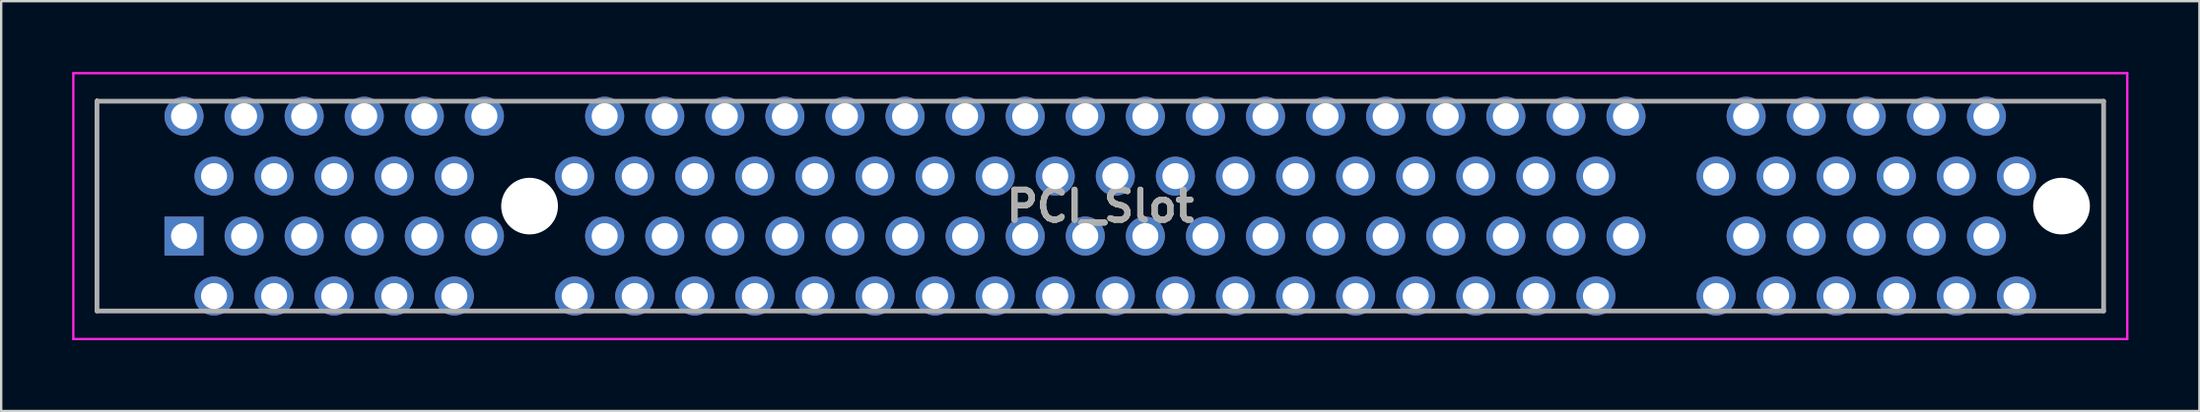
<source format=kicad_pcb>
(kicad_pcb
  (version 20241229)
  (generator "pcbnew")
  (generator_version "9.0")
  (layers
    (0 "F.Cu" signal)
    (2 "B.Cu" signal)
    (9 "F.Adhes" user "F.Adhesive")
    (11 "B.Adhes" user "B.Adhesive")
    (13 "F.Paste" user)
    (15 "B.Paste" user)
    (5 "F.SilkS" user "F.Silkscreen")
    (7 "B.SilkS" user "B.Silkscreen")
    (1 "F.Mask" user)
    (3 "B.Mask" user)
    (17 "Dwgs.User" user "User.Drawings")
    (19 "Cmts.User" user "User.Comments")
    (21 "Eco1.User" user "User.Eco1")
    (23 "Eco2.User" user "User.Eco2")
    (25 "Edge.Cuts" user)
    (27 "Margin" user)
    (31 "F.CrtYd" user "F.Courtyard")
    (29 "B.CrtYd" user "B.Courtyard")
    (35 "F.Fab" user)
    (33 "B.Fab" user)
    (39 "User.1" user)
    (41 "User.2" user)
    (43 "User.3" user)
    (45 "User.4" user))
  (footprint "PCI_Slot"
    (layer "F.Cu")
    (at 4.73 6.955)
    (property "Reference" "PCI_Slot" (at 38.74 -1.27 0) (layer "F.SilkS") (effects (font (size 1.27 1.27) (thickness 0.254))))
    (attr through_hole)
    (fp_line (start -3.68 -5.77) (end -3.68 -5.77) (stroke (width 0.1) (type solid)) (layer "F.SilkS"))
    (fp_line (start -3.68 -5.77) (end -3.68 3.175) (stroke (width 0.1) (type solid)) (layer "F.SilkS"))
    (fp_line (start -3.68 -5.715) (end -3.68 -5.715) (stroke (width 0.1) (type solid)) (layer "F.SilkS"))
    (fp_line (start -3.68 -5.715) (end -1.485 -5.715) (stroke (width 0.1) (type solid)) (layer "F.SilkS"))
    (fp_line (start -3.68 3.175) (end -3.68 -5.77) (stroke (width 0.1) (type solid)) (layer "F.SilkS"))
    (fp_line (start -3.68 3.175) (end -3.68 3.175) (stroke (width 0.1) (type solid)) (layer "F.SilkS"))
    (fp_line (start -3.68 3.175) (end -3.68 3.175) (stroke (width 0.1) (type solid)) (layer "F.SilkS"))
    (fp_line (start -3.68 3.175) (end -0.235 3.175) (stroke (width 0.1) (type solid)) (layer "F.SilkS"))
    (fp_line (start -1.485 -5.715) (end -3.68 -5.715) (stroke (width 0.1) (type solid)) (layer "F.SilkS"))
    (fp_line (start -1.485 -5.715) (end -1.485 -5.715) (stroke (width 0.1) (type solid)) (layer "F.SilkS"))
    (fp_line (start -0.235 3.175) (end -3.68 3.175) (stroke (width 0.1) (type solid)) (layer "F.SilkS"))
    (fp_line (start -0.235 3.175) (end -0.235 3.175) (stroke (width 0.1) (type solid)) (layer "F.SilkS"))
    (fp_line (start 13.015 3.175) (end 13.015 3.175) (stroke (width 0.1) (type solid)) (layer "F.SilkS"))
    (fp_line (start 13.015 3.175) (end 15.015 3.175) (stroke (width 0.1) (type solid)) (layer "F.SilkS"))
    (fp_line (start 14.265 -5.715) (end 16.265 -5.715) (stroke (width 0.1) (type solid)) (layer "F.SilkS"))
    (fp_line (start 15.015 3.175) (end 13.015 3.175) (stroke (width 0.1) (type solid)) (layer "F.SilkS"))
    (fp_line (start 15.015 3.175) (end 15.015 3.175) (stroke (width 0.1) (type solid)) (layer "F.SilkS"))
    (fp_line (start 77.515 -5.715) (end 77.515 -5.715) (stroke (width 0.1) (type solid)) (layer "F.SilkS"))
    (fp_line (start 77.515 -5.715) (end 81.16 -5.715) (stroke (width 0.1) (type solid)) (layer "F.SilkS"))
    (fp_line (start 78.765 3.175) (end 78.765 3.175) (stroke (width 0.1) (type solid)) (layer "F.SilkS"))
    (fp_line (start 78.765 3.175) (end 81.16 3.175) (stroke (width 0.1) (type solid)) (layer "F.SilkS"))
    (fp_line (start 81.16 -5.715) (end 77.515 -5.715) (stroke (width 0.1) (type solid)) (layer "F.SilkS"))
    (fp_line (start 81.16 -5.715) (end 81.16 -5.715) (stroke (width 0.1) (type solid)) (layer "F.SilkS"))
    (fp_line (start 81.16 -5.715) (end 81.16 -5.715) (stroke (width 0.1) (type solid)) (layer "F.SilkS"))
    (fp_line (start 81.16 -5.715) (end 81.16 3.175) (stroke (width 0.1) (type solid)) (layer "F.SilkS"))
    (fp_line (start 81.16 3.175) (end 78.765 3.175) (stroke (width 0.1) (type solid)) (layer "F.SilkS"))
    (fp_line (start 81.16 3.175) (end 81.16 -5.715) (stroke (width 0.1) (type solid)) (layer "F.SilkS"))
    (fp_line (start 81.16 3.175) (end 81.16 3.175) (stroke (width 0.1) (type solid)) (layer "F.SilkS"))
    (fp_line (start 81.16 3.175) (end 81.16 3.175) (stroke (width 0.1) (type solid)) (layer "F.SilkS"))
    (fp_line (start -4.68 -6.905) (end 82.16 -6.905) (stroke (width 0.1) (type solid)) (layer "F.CrtYd"))
    (fp_line (start -4.68 4.365) (end -4.68 -6.905) (stroke (width 0.1) (type solid)) (layer "F.CrtYd"))
    (fp_line (start 82.16 -6.905) (end 82.16 4.365) (stroke (width 0.1) (type solid)) (layer "F.CrtYd"))
    (fp_line (start 82.16 4.365) (end -4.68 4.365) (stroke (width 0.1) (type solid)) (layer "F.CrtYd"))
    (fp_line (start -3.68 -5.715) (end -3.68 3.175) (stroke (width 0.2) (type solid)) (layer "F.Fab"))
    (fp_line (start -3.68 3.175) (end 81.16 3.175) (stroke (width 0.2) (type solid)) (layer "F.Fab"))
    (fp_line (start 81.16 -5.715) (end -3.68 -5.715) (stroke (width 0.2) (type solid)) (layer "F.Fab"))
    (fp_line (start 81.16 3.175) (end 81.16 -5.715) (stroke (width 0.2) (type solid)) (layer "F.Fab"))
    (fp_text user "${REFERENCE}" (at 38.74 -1.27 0) (layer "F.Fab") (effects (font (size 1.27 1.27) (thickness 0.254))))
    (pad "" np_thru_hole circle (at 14.61 -1.27) (size 2.4 2.4) (drill 2.4) (layers "*.Cu" "*.Mask"))
    (pad "" np_thru_hole circle (at 79.38 -1.27) (size 2.4 2.4) (drill 2.4) (layers "*.Cu" "*.Mask"))
    (pad "A1" thru_hole rect (at 0 0) (size 1.65 1.65) (drill 1.1) (layers "*.Cu" "*.Mask"))
    (pad "A2" thru_hole circle (at 1.27 2.54) (size 1.65 1.65) (drill 1.1) (layers "*.Cu" "*.Mask"))
    (pad "A3" thru_hole circle (at 2.54 0) (size 1.65 1.65) (drill 1.1) (layers "*.Cu" "*.Mask"))
    (pad "A4" thru_hole circle (at 3.81 2.54) (size 1.65 1.65) (drill 1.1) (layers "*.Cu" "*.Mask"))
    (pad "A5" thru_hole circle (at 5.08 0) (size 1.65 1.65) (drill 1.1) (layers "*.Cu" "*.Mask"))
    (pad "A6" thru_hole circle (at 6.35 2.54) (size 1.65 1.65) (drill 1.1) (layers "*.Cu" "*.Mask"))
    (pad "A7" thru_hole circle (at 7.62 0) (size 1.65 1.65) (drill 1.1) (layers "*.Cu" "*.Mask"))
    (pad "A8" thru_hole circle (at 8.89 2.54) (size 1.65 1.65) (drill 1.1) (layers "*.Cu" "*.Mask"))
    (pad "A9" thru_hole circle (at 10.16 0) (size 1.65 1.65) (drill 1.1) (layers "*.Cu" "*.Mask"))
    (pad "A10" thru_hole circle (at 11.43 2.54) (size 1.65 1.65) (drill 1.1) (layers "*.Cu" "*.Mask"))
    (pad "A11" thru_hole circle (at 12.7 0) (size 1.65 1.65) (drill 1.1) (layers "*.Cu" "*.Mask"))
    (pad "A14" thru_hole circle (at 16.515 2.54) (size 1.65 1.65) (drill 1.1) (layers "*.Cu" "*.Mask"))
    (pad "A15" thru_hole circle (at 17.785 0) (size 1.65 1.65) (drill 1.1) (layers "*.Cu" "*.Mask"))
    (pad "A16" thru_hole circle (at 19.055 2.54) (size 1.65 1.65) (drill 1.1) (layers "*.Cu" "*.Mask"))
    (pad "A17" thru_hole circle (at 20.325 0) (size 1.65 1.65) (drill 1.1) (layers "*.Cu" "*.Mask"))
    (pad "A18" thru_hole circle (at 21.595 2.54) (size 1.65 1.65) (drill 1.1) (layers "*.Cu" "*.Mask"))
    (pad "A19" thru_hole circle (at 22.865 0) (size 1.65 1.65) (drill 1.1) (layers "*.Cu" "*.Mask"))
    (pad "A20" thru_hole circle (at 24.135 2.54) (size 1.65 1.65) (drill 1.1) (layers "*.Cu" "*.Mask"))
    (pad "A21" thru_hole circle (at 25.405 0) (size 1.65 1.65) (drill 1.1) (layers "*.Cu" "*.Mask"))
    (pad "A22" thru_hole circle (at 26.675 2.54) (size 1.65 1.65) (drill 1.1) (layers "*.Cu" "*.Mask"))
    (pad "A23" thru_hole circle (at 27.945 0) (size 1.65 1.65) (drill 1.1) (layers "*.Cu" "*.Mask"))
    (pad "A24" thru_hole circle (at 29.215 2.54) (size 1.65 1.65) (drill 1.1) (layers "*.Cu" "*.Mask"))
    (pad "A25" thru_hole circle (at 30.485 0) (size 1.65 1.65) (drill 1.1) (layers "*.Cu" "*.Mask"))
    (pad "A26" thru_hole circle (at 31.755 2.54) (size 1.65 1.65) (drill 1.1) (layers "*.Cu" "*.Mask"))
    (pad "A27" thru_hole circle (at 33.025 0) (size 1.65 1.65) (drill 1.1) (layers "*.Cu" "*.Mask"))
    (pad "A28" thru_hole circle (at 34.295 2.54) (size 1.65 1.65) (drill 1.1) (layers "*.Cu" "*.Mask"))
    (pad "A29" thru_hole circle (at 35.565 0) (size 1.65 1.65) (drill 1.1) (layers "*.Cu" "*.Mask"))
    (pad "A30" thru_hole circle (at 36.835 2.54) (size 1.65 1.65) (drill 1.1) (layers "*.Cu" "*.Mask"))
    (pad "A31" thru_hole circle (at 38.105 0) (size 1.65 1.65) (drill 1.1) (layers "*.Cu" "*.Mask"))
    (pad "A32" thru_hole circle (at 39.375 2.54) (size 1.65 1.65) (drill 1.1) (layers "*.Cu" "*.Mask"))
    (pad "A33" thru_hole circle (at 40.645 0) (size 1.65 1.65) (drill 1.1) (layers "*.Cu" "*.Mask"))
    (pad "A34" thru_hole circle (at 41.915 2.54) (size 1.65 1.65) (drill 1.1) (layers "*.Cu" "*.Mask"))
    (pad "A35" thru_hole circle (at 43.185 0) (size 1.65 1.65) (drill 1.1) (layers "*.Cu" "*.Mask"))
    (pad "A36" thru_hole circle (at 44.455 2.54) (size 1.65 1.65) (drill 1.1) (layers "*.Cu" "*.Mask"))
    (pad "A37" thru_hole circle (at 45.725 0) (size 1.65 1.65) (drill 1.1) (layers "*.Cu" "*.Mask"))
    (pad "A38" thru_hole circle (at 46.995 2.54) (size 1.65 1.65) (drill 1.1) (layers "*.Cu" "*.Mask"))
    (pad "A39" thru_hole circle (at 48.265 0) (size 1.65 1.65) (drill 1.1) (layers "*.Cu" "*.Mask"))
    (pad "A40" thru_hole circle (at 49.535 2.54) (size 1.65 1.65) (drill 1.1) (layers "*.Cu" "*.Mask"))
    (pad "A41" thru_hole circle (at 50.805 0) (size 1.65 1.65) (drill 1.1) (layers "*.Cu" "*.Mask"))
    (pad "A42" thru_hole circle (at 52.075 2.54) (size 1.65 1.65) (drill 1.1) (layers "*.Cu" "*.Mask"))
    (pad "A43" thru_hole circle (at 53.345 0) (size 1.65 1.65) (drill 1.1) (layers "*.Cu" "*.Mask"))
    (pad "A44" thru_hole circle (at 54.615 2.54) (size 1.65 1.65) (drill 1.1) (layers "*.Cu" "*.Mask"))
    (pad "A45" thru_hole circle (at 55.885 0) (size 1.65 1.65) (drill 1.1) (layers "*.Cu" "*.Mask"))
    (pad "A46" thru_hole circle (at 57.155 2.54) (size 1.65 1.65) (drill 1.1) (layers "*.Cu" "*.Mask"))
    (pad "A47" thru_hole circle (at 58.425 0) (size 1.65 1.65) (drill 1.1) (layers "*.Cu" "*.Mask"))
    (pad "A48" thru_hole circle (at 59.695 2.54) (size 1.65 1.65) (drill 1.1) (layers "*.Cu" "*.Mask"))
    (pad "A49" thru_hole circle (at 60.965 0) (size 1.65 1.65) (drill 1.1) (layers "*.Cu" "*.Mask"))
    (pad "A52" thru_hole circle (at 64.775 2.54) (size 1.65 1.65) (drill 1.1) (layers "*.Cu" "*.Mask"))
    (pad "A53" thru_hole circle (at 66.045 0) (size 1.65 1.65) (drill 1.1) (layers "*.Cu" "*.Mask"))
    (pad "A54" thru_hole circle (at 67.315 2.54) (size 1.65 1.65) (drill 1.1) (layers "*.Cu" "*.Mask"))
    (pad "A55" thru_hole circle (at 68.585 0) (size 1.65 1.65) (drill 1.1) (layers "*.Cu" "*.Mask"))
    (pad "A56" thru_hole circle (at 69.855 2.54) (size 1.65 1.65) (drill 1.1) (layers "*.Cu" "*.Mask"))
    (pad "A57" thru_hole circle (at 71.125 0) (size 1.65 1.65) (drill 1.1) (layers "*.Cu" "*.Mask"))
    (pad "A58" thru_hole circle (at 72.395 2.54) (size 1.65 1.65) (drill 1.1) (layers "*.Cu" "*.Mask"))
    (pad "A59" thru_hole circle (at 73.665 0) (size 1.65 1.65) (drill 1.1) (layers "*.Cu" "*.Mask"))
    (pad "A60" thru_hole circle (at 74.935 2.54) (size 1.65 1.65) (drill 1.1) (layers "*.Cu" "*.Mask"))
    (pad "A61" thru_hole circle (at 76.205 0) (size 1.65 1.65) (drill 1.1) (layers "*.Cu" "*.Mask"))
    (pad "A62" thru_hole circle (at 77.475 2.54) (size 1.65 1.65) (drill 1.1) (layers "*.Cu" "*.Mask"))
    (pad "B1" thru_hole circle (at 0 -5.08) (size 1.65 1.65) (drill 1.1) (layers "*.Cu" "*.Mask"))
    (pad "B2" thru_hole circle (at 1.27 -2.54) (size 1.65 1.65) (drill 1.1) (layers "*.Cu" "*.Mask"))
    (pad "B3" thru_hole circle (at 2.54 -5.08) (size 1.65 1.65) (drill 1.1) (layers "*.Cu" "*.Mask"))
    (pad "B4" thru_hole circle (at 3.81 -2.54) (size 1.65 1.65) (drill 1.1) (layers "*.Cu" "*.Mask"))
    (pad "B5" thru_hole circle (at 5.08 -5.08) (size 1.65 1.65) (drill 1.1) (layers "*.Cu" "*.Mask"))
    (pad "B6" thru_hole circle (at 6.35 -2.54) (size 1.65 1.65) (drill 1.1) (layers "*.Cu" "*.Mask"))
    (pad "B7" thru_hole circle (at 7.62 -5.08) (size 1.65 1.65) (drill 1.1) (layers "*.Cu" "*.Mask"))
    (pad "B8" thru_hole circle (at 8.89 -2.54) (size 1.65 1.65) (drill 1.1) (layers "*.Cu" "*.Mask"))
    (pad "B9" thru_hole circle (at 10.16 -5.08) (size 1.65 1.65) (drill 1.1) (layers "*.Cu" "*.Mask"))
    (pad "B10" thru_hole circle (at 11.43 -2.54) (size 1.65 1.65) (drill 1.1) (layers "*.Cu" "*.Mask"))
    (pad "B11" thru_hole circle (at 12.7 -5.08) (size 1.65 1.65) (drill 1.1) (layers "*.Cu" "*.Mask"))
    (pad "B14" thru_hole circle (at 16.515 -2.54) (size 1.65 1.65) (drill 1.1) (layers "*.Cu" "*.Mask"))
    (pad "B15" thru_hole circle (at 17.785 -5.08) (size 1.65 1.65) (drill 1.1) (layers "*.Cu" "*.Mask"))
    (pad "B16" thru_hole circle (at 19.055 -2.54) (size 1.65 1.65) (drill 1.1) (layers "*.Cu" "*.Mask"))
    (pad "B17" thru_hole circle (at 20.325 -5.08) (size 1.65 1.65) (drill 1.1) (layers "*.Cu" "*.Mask"))
    (pad "B18" thru_hole circle (at 21.595 -2.54) (size 1.65 1.65) (drill 1.1) (layers "*.Cu" "*.Mask"))
    (pad "B19" thru_hole circle (at 22.865 -5.08) (size 1.65 1.65) (drill 1.1) (layers "*.Cu" "*.Mask"))
    (pad "B20" thru_hole circle (at 24.135 -2.54) (size 1.65 1.65) (drill 1.1) (layers "*.Cu" "*.Mask"))
    (pad "B21" thru_hole circle (at 25.405 -5.08) (size 1.65 1.65) (drill 1.1) (layers "*.Cu" "*.Mask"))
    (pad "B22" thru_hole circle (at 26.675 -2.54) (size 1.65 1.65) (drill 1.1) (layers "*.Cu" "*.Mask"))
    (pad "B23" thru_hole circle (at 27.945 -5.08) (size 1.65 1.65) (drill 1.1) (layers "*.Cu" "*.Mask"))
    (pad "B24" thru_hole circle (at 29.215 -2.54) (size 1.65 1.65) (drill 1.1) (layers "*.Cu" "*.Mask"))
    (pad "B25" thru_hole circle (at 30.485 -5.08) (size 1.65 1.65) (drill 1.1) (layers "*.Cu" "*.Mask"))
    (pad "B26" thru_hole circle (at 31.755 -2.54) (size 1.65 1.65) (drill 1.1) (layers "*.Cu" "*.Mask"))
    (pad "B27" thru_hole circle (at 33.025 -5.08) (size 1.65 1.65) (drill 1.1) (layers "*.Cu" "*.Mask"))
    (pad "B28" thru_hole circle (at 34.295 -2.54) (size 1.65 1.65) (drill 1.1) (layers "*.Cu" "*.Mask"))
    (pad "B29" thru_hole circle (at 35.565 -5.08) (size 1.65 1.65) (drill 1.1) (layers "*.Cu" "*.Mask"))
    (pad "B30" thru_hole circle (at 36.835 -2.54) (size 1.65 1.65) (drill 1.1) (layers "*.Cu" "*.Mask"))
    (pad "B31" thru_hole circle (at 38.105 -5.08) (size 1.65 1.65) (drill 1.1) (layers "*.Cu" "*.Mask"))
    (pad "B32" thru_hole circle (at 39.375 -2.54) (size 1.65 1.65) (drill 1.1) (layers "*.Cu" "*.Mask"))
    (pad "B33" thru_hole circle (at 40.645 -5.08) (size 1.65 1.65) (drill 1.1) (layers "*.Cu" "*.Mask"))
    (pad "B34" thru_hole circle (at 41.915 -2.54) (size 1.65 1.65) (drill 1.1) (layers "*.Cu" "*.Mask"))
    (pad "B35" thru_hole circle (at 43.185 -5.08) (size 1.65 1.65) (drill 1.1) (layers "*.Cu" "*.Mask"))
    (pad "B36" thru_hole circle (at 44.455 -2.54) (size 1.65 1.65) (drill 1.1) (layers "*.Cu" "*.Mask"))
    (pad "B37" thru_hole circle (at 45.725 -5.08) (size 1.65 1.65) (drill 1.1) (layers "*.Cu" "*.Mask"))
    (pad "B38" thru_hole circle (at 46.995 -2.54) (size 1.65 1.65) (drill 1.1) (layers "*.Cu" "*.Mask"))
    (pad "B39" thru_hole circle (at 48.265 -5.08) (size 1.65 1.65) (drill 1.1) (layers "*.Cu" "*.Mask"))
    (pad "B40" thru_hole circle (at 49.535 -2.54) (size 1.65 1.65) (drill 1.1) (layers "*.Cu" "*.Mask"))
    (pad "B41" thru_hole circle (at 50.805 -5.08) (size 1.65 1.65) (drill 1.1) (layers "*.Cu" "*.Mask"))
    (pad "B42" thru_hole circle (at 52.075 -2.54) (size 1.65 1.65) (drill 1.1) (layers "*.Cu" "*.Mask"))
    (pad "B43" thru_hole circle (at 53.345 -5.08) (size 1.65 1.65) (drill 1.1) (layers "*.Cu" "*.Mask"))
    (pad "B44" thru_hole circle (at 54.615 -2.54) (size 1.65 1.65) (drill 1.1) (layers "*.Cu" "*.Mask"))
    (pad "B45" thru_hole circle (at 55.885 -5.08) (size 1.65 1.65) (drill 1.1) (layers "*.Cu" "*.Mask"))
    (pad "B46" thru_hole circle (at 57.155 -2.54) (size 1.65 1.65) (drill 1.1) (layers "*.Cu" "*.Mask"))
    (pad "B47" thru_hole circle (at 58.425 -5.08) (size 1.65 1.65) (drill 1.1) (layers "*.Cu" "*.Mask"))
    (pad "B48" thru_hole circle (at 59.695 -2.54) (size 1.65 1.65) (drill 1.1) (layers "*.Cu" "*.Mask"))
    (pad "B49" thru_hole circle (at 60.965 -5.08) (size 1.65 1.65) (drill 1.1) (layers "*.Cu" "*.Mask"))
    (pad "B52" thru_hole circle (at 64.775 -2.54) (size 1.65 1.65) (drill 1.1) (layers "*.Cu" "*.Mask"))
    (pad "B53" thru_hole circle (at 66.045 -5.08) (size 1.65 1.65) (drill 1.1) (layers "*.Cu" "*.Mask"))
    (pad "B54" thru_hole circle (at 67.315 -2.54) (size 1.65 1.65) (drill 1.1) (layers "*.Cu" "*.Mask"))
    (pad "B55" thru_hole circle (at 68.585 -5.08) (size 1.65 1.65) (drill 1.1) (layers "*.Cu" "*.Mask"))
    (pad "B56" thru_hole circle (at 69.855 -2.54) (size 1.65 1.65) (drill 1.1) (layers "*.Cu" "*.Mask"))
    (pad "B57" thru_hole circle (at 71.125 -5.08) (size 1.65 1.65) (drill 1.1) (layers "*.Cu" "*.Mask"))
    (pad "B58" thru_hole circle (at 72.395 -2.54) (size 1.65 1.65) (drill 1.1) (layers "*.Cu" "*.Mask"))
    (pad "B59" thru_hole circle (at 73.665 -5.08) (size 1.65 1.65) (drill 1.1) (layers "*.Cu" "*.Mask"))
    (pad "B60" thru_hole circle (at 74.935 -2.54) (size 1.65 1.65) (drill 1.1) (layers "*.Cu" "*.Mask"))
    (pad "B61" thru_hole circle (at 76.205 -5.08) (size 1.65 1.65) (drill 1.1) (layers "*.Cu" "*.Mask"))
    (pad "B62" thru_hole circle (at 77.475 -2.54) (size 1.65 1.65) (drill 1.1) (layers "*.Cu" "*.Mask")))
  (gr_rect
    (start -3 -3)
    (end 89.94 14.37)
    (stroke (width 0.1) (type default))
    (fill no)
    (layer "Edge.Cuts")))
</source>
